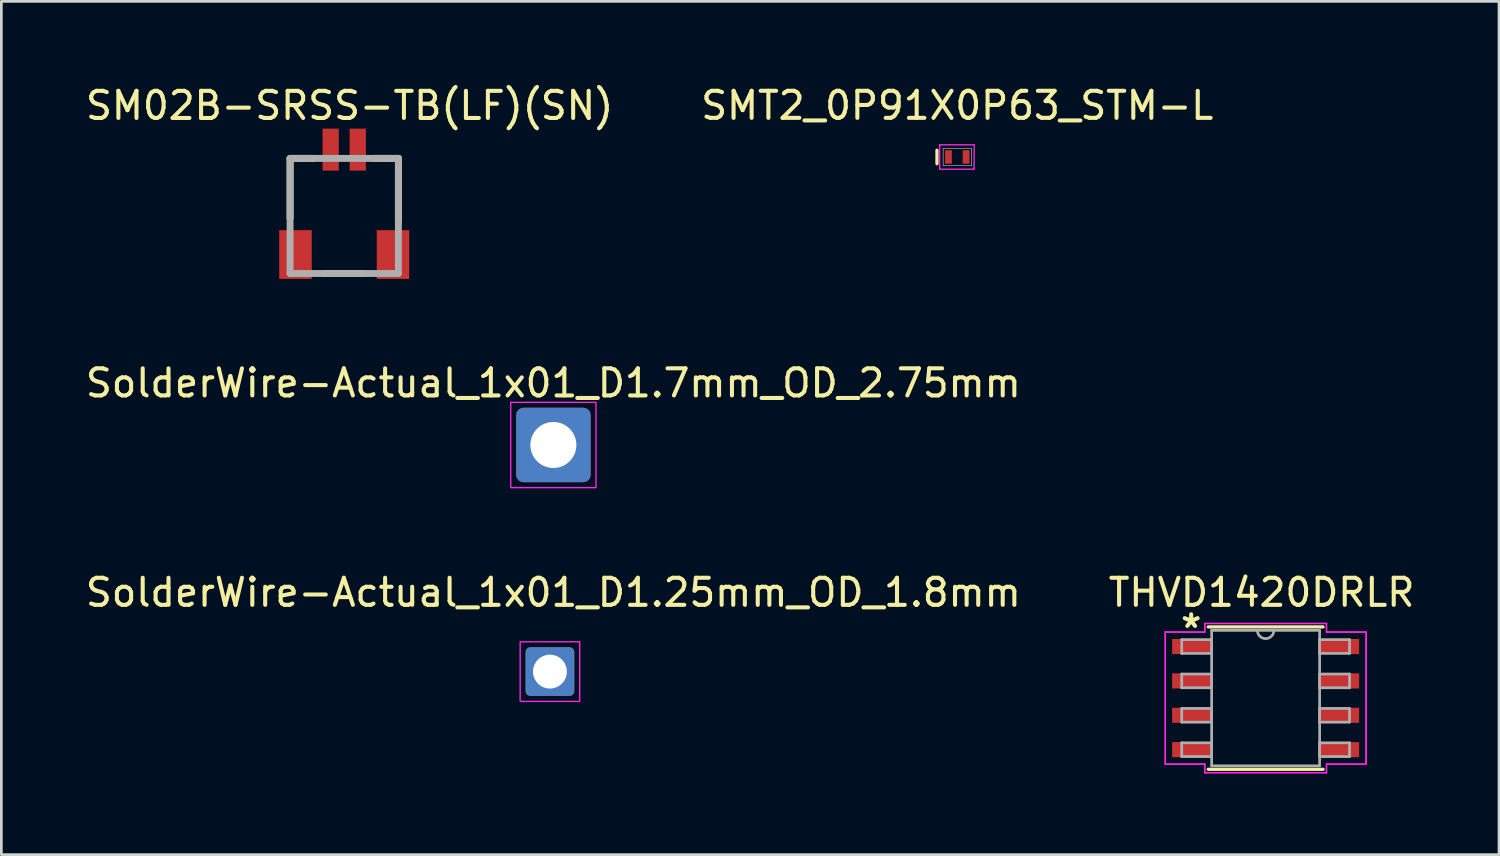
<source format=kicad_pcb>
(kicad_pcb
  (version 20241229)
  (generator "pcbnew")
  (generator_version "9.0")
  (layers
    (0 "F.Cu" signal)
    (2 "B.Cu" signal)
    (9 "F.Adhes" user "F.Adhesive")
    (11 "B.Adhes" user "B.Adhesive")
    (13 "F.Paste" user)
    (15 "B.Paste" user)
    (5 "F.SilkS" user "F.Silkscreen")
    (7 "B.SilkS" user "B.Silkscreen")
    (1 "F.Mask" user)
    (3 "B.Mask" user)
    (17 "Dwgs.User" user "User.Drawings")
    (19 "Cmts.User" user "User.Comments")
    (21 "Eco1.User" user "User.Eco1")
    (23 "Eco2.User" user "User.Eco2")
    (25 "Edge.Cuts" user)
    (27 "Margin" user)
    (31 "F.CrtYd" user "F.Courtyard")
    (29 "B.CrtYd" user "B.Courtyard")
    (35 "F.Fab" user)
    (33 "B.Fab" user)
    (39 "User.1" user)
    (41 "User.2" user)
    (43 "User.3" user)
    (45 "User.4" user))
  (footprint "SMT2_0P91X0P63_STM-L"
    (layer "F.Cu")
    (at 32.304 2.748)
    (property "Reference" "SMT2_0P91X0P63_STM-L" (at 0 -1.9 0) (unlocked yes) (layer "F.SilkS") (effects (font (size 1 1) (thickness 0.15))))
    (attr smd)
    (fp_line (start -0.75 -0.25) (end -0.75 0.25) (stroke (width 0.12) (type default)) (layer "F.SilkS"))
    (fp_line (start -0.65 -0.45) (end 0.622 -0.45) (stroke (width 0.05) (type solid)) (layer "F.CrtYd"))
    (fp_line (start -0.65 0.45) (end -0.65 -0.45) (stroke (width 0.05) (type solid)) (layer "F.CrtYd"))
    (fp_line (start 0.622 -0.45) (end 0.622 0.45) (stroke (width 0.05) (type solid)) (layer "F.CrtYd"))
    (fp_line (start 0.622 0.45) (end -0.65 0.45) (stroke (width 0.05) (type solid)) (layer "F.CrtYd"))
    (fp_line (start -0.521 -0.318) (end -0.521 0.318) (stroke (width 0.025) (type solid)) (layer "F.Fab"))
    (fp_line (start -0.521 0.318) (end 0.521 0.318) (stroke (width 0.025) (type solid)) (layer "F.Fab"))
    (fp_line (start 0.521 -0.318) (end -0.521 -0.318) (stroke (width 0.025) (type solid)) (layer "F.Fab"))
    (fp_line (start 0.521 0.318) (end 0.521 -0.318) (stroke (width 0.025) (type solid)) (layer "F.Fab"))
    (pad "1" smd rect (at -0.325 0) (size 0.25 0.5) (layers "F.Cu" "F.Mask" "F.Paste"))
    (pad "2" smd rect (at 0.325 0) (size 0.25 0.5) (layers "F.Cu" "F.Mask" "F.Paste")))
  (footprint "THVD1420DRLR"
    (layer "F.Cu")
    (at 43.692 22.732)
    (property "Reference" "THVD1420DRLR" (at -0.15 -3.9 0) (layer "F.SilkS") (effects (font (size 1 1) (thickness 0.15))))
    (attr through_hole)
    (fp_line (start -2.121 2.629) (end 2.121 2.629) (stroke (width 0.12) (type solid)) (layer "F.SilkS"))
    (fp_line (start 2.121 -2.629) (end -2.121 -2.629) (stroke (width 0.12) (type solid)) (layer "F.SilkS"))
    (fp_line (start -3.708 -2.438) (end -2.248 -2.438) (stroke (width 0.05) (type solid)) (layer "F.CrtYd"))
    (fp_line (start -3.708 -2.438) (end -2.248 -2.438) (stroke (width 0.05) (type solid)) (layer "F.CrtYd"))
    (fp_line (start -3.708 2.438) (end -3.708 -2.438) (stroke (width 0.05) (type solid)) (layer "F.CrtYd"))
    (fp_line (start -3.708 2.438) (end -3.708 -2.438) (stroke (width 0.05) (type solid)) (layer "F.CrtYd"))
    (fp_line (start -3.708 2.438) (end -2.248 2.438) (stroke (width 0.05) (type solid)) (layer "F.CrtYd"))
    (fp_line (start -2.248 -2.756) (end 2.248 -2.756) (stroke (width 0.05) (type solid)) (layer "F.CrtYd"))
    (fp_line (start -2.248 -2.756) (end 2.248 -2.756) (stroke (width 0.05) (type solid)) (layer "F.CrtYd"))
    (fp_line (start -2.248 -2.438) (end -2.248 -2.756) (stroke (width 0.05) (type solid)) (layer "F.CrtYd"))
    (fp_line (start -2.248 -2.438) (end -2.248 -2.756) (stroke (width 0.05) (type solid)) (layer "F.CrtYd"))
    (fp_line (start -2.248 2.438) (end -3.708 2.438) (stroke (width 0.05) (type solid)) (layer "F.CrtYd"))
    (fp_line (start -2.248 2.756) (end -2.248 2.438) (stroke (width 0.05) (type solid)) (layer "F.CrtYd"))
    (fp_line (start -2.248 2.756) (end -2.248 2.438) (stroke (width 0.05) (type solid)) (layer "F.CrtYd"))
    (fp_line (start 2.248 -2.756) (end 2.248 -2.438) (stroke (width 0.05) (type solid)) (layer "F.CrtYd"))
    (fp_line (start 2.248 -2.756) (end 2.248 -2.438) (stroke (width 0.05) (type solid)) (layer "F.CrtYd"))
    (fp_line (start 2.248 -2.438) (end 3.708 -2.438) (stroke (width 0.05) (type solid)) (layer "F.CrtYd"))
    (fp_line (start 2.248 2.438) (end 2.248 2.756) (stroke (width 0.05) (type solid)) (layer "F.CrtYd"))
    (fp_line (start 2.248 2.438) (end 2.248 2.756) (stroke (width 0.05) (type solid)) (layer "F.CrtYd"))
    (fp_line (start 2.248 2.756) (end -2.248 2.756) (stroke (width 0.05) (type solid)) (layer "F.CrtYd"))
    (fp_line (start 2.248 2.756) (end -2.248 2.756) (stroke (width 0.05) (type solid)) (layer "F.CrtYd"))
    (fp_line (start 3.708 -2.438) (end 2.248 -2.438) (stroke (width 0.05) (type solid)) (layer "F.CrtYd"))
    (fp_line (start 3.708 -2.438) (end 3.708 2.438) (stroke (width 0.05) (type solid)) (layer "F.CrtYd"))
    (fp_line (start 3.708 -2.438) (end 3.708 2.438) (stroke (width 0.05) (type solid)) (layer "F.CrtYd"))
    (fp_line (start 3.708 2.438) (end 2.248 2.438) (stroke (width 0.05) (type solid)) (layer "F.CrtYd"))
    (fp_line (start 3.708 2.438) (end 2.248 2.438) (stroke (width 0.05) (type solid)) (layer "F.CrtYd"))
    (fp_line (start -3.099 -2.159) (end -3.099 -1.651) (stroke (width 0.1) (type solid)) (layer "F.Fab"))
    (fp_line (start -3.099 -1.651) (end -1.994 -1.651) (stroke (width 0.1) (type solid)) (layer "F.Fab"))
    (fp_line (start -3.099 -0.889) (end -3.099 -0.381) (stroke (width 0.1) (type solid)) (layer "F.Fab"))
    (fp_line (start -3.099 -0.381) (end -1.994 -0.381) (stroke (width 0.1) (type solid)) (layer "F.Fab"))
    (fp_line (start -3.099 0.381) (end -3.099 0.889) (stroke (width 0.1) (type solid)) (layer "F.Fab"))
    (fp_line (start -3.099 0.889) (end -1.994 0.889) (stroke (width 0.1) (type solid)) (layer "F.Fab"))
    (fp_line (start -3.099 1.651) (end -3.099 2.159) (stroke (width 0.1) (type solid)) (layer "F.Fab"))
    (fp_line (start -3.099 2.159) (end -1.994 2.159) (stroke (width 0.1) (type solid)) (layer "F.Fab"))
    (fp_line (start -1.994 -2.502) (end -1.994 2.502) (stroke (width 0.1) (type solid)) (layer "F.Fab"))
    (fp_line (start -1.994 -2.159) (end -3.099 -2.159) (stroke (width 0.1) (type solid)) (layer "F.Fab"))
    (fp_line (start -1.994 -1.651) (end -1.994 -2.159) (stroke (width 0.1) (type solid)) (layer "F.Fab"))
    (fp_line (start -1.994 -0.889) (end -3.099 -0.889) (stroke (width 0.1) (type solid)) (layer "F.Fab"))
    (fp_line (start -1.994 -0.381) (end -1.994 -0.889) (stroke (width 0.1) (type solid)) (layer "F.Fab"))
    (fp_line (start -1.994 0.381) (end -3.099 0.381) (stroke (width 0.1) (type solid)) (layer "F.Fab"))
    (fp_line (start -1.994 0.889) (end -1.994 0.381) (stroke (width 0.1) (type solid)) (layer "F.Fab"))
    (fp_line (start -1.994 1.651) (end -3.099 1.651) (stroke (width 0.1) (type solid)) (layer "F.Fab"))
    (fp_line (start -1.994 2.159) (end -1.994 1.651) (stroke (width 0.1) (type solid)) (layer "F.Fab"))
    (fp_line (start -1.994 2.502) (end 1.994 2.502) (stroke (width 0.1) (type solid)) (layer "F.Fab"))
    (fp_line (start 1.994 -2.502) (end -1.994 -2.502) (stroke (width 0.1) (type solid)) (layer "F.Fab"))
    (fp_line (start 1.994 -2.159) (end 1.994 -1.651) (stroke (width 0.1) (type solid)) (layer "F.Fab"))
    (fp_line (start 1.994 -1.651) (end 3.099 -1.651) (stroke (width 0.1) (type solid)) (layer "F.Fab"))
    (fp_line (start 1.994 -0.889) (end 1.994 -0.381) (stroke (width 0.1) (type solid)) (layer "F.Fab"))
    (fp_line (start 1.994 -0.381) (end 3.099 -0.381) (stroke (width 0.1) (type solid)) (layer "F.Fab"))
    (fp_line (start 1.994 0.381) (end 1.994 0.889) (stroke (width 0.1) (type solid)) (layer "F.Fab"))
    (fp_line (start 1.994 0.889) (end 3.099 0.889) (stroke (width 0.1) (type solid)) (layer "F.Fab"))
    (fp_line (start 1.994 1.651) (end 1.994 2.159) (stroke (width 0.1) (type solid)) (layer "F.Fab"))
    (fp_line (start 1.994 2.159) (end 3.099 2.159) (stroke (width 0.1) (type solid)) (layer "F.Fab"))
    (fp_line (start 1.994 2.502) (end 1.994 -2.502) (stroke (width 0.1) (type solid)) (layer "F.Fab"))
    (fp_line (start 3.099 -2.159) (end 1.994 -2.159) (stroke (width 0.1) (type solid)) (layer "F.Fab"))
    (fp_line (start 3.099 -1.651) (end 3.099 -2.159) (stroke (width 0.1) (type solid)) (layer "F.Fab"))
    (fp_line (start 3.099 -0.889) (end 1.994 -0.889) (stroke (width 0.1) (type solid)) (layer "F.Fab"))
    (fp_line (start 3.099 -0.381) (end 3.099 -0.889) (stroke (width 0.1) (type solid)) (layer "F.Fab"))
    (fp_line (start 3.099 0.381) (end 1.994 0.381) (stroke (width 0.1) (type solid)) (layer "F.Fab"))
    (fp_line (start 3.099 0.889) (end 3.099 0.381) (stroke (width 0.1) (type solid)) (layer "F.Fab"))
    (fp_line (start 3.099 1.651) (end 1.994 1.651) (stroke (width 0.1) (type solid)) (layer "F.Fab"))
    (fp_line (start 3.099 2.159) (end 3.099 1.651) (stroke (width 0.1) (type solid)) (layer "F.Fab"))
    (fp_arc (start 0.3048 -2.5019) (mid 0 -2.1971) (end -0.3048 -2.5019) (stroke (width 0.1) (type solid)) (layer "F.Fab"))
    (fp_text user "*" (at -2.75 -2.55 0) (layer "F.SilkS") (effects (font (size 1 1) (thickness 0.15))))
    (pad "1" smd rect (at -2.724 -1.905) (size 1.46 0.559) (layers "F.Cu" "F.Mask" "F.Paste"))
    (pad "2" smd rect (at -2.724 -0.635) (size 1.46 0.559) (layers "F.Cu" "F.Mask" "F.Paste"))
    (pad "3" smd rect (at -2.724 0.635) (size 1.46 0.559) (layers "F.Cu" "F.Mask" "F.Paste"))
    (pad "4" smd rect (at -2.724 1.905) (size 1.46 0.559) (layers "F.Cu" "F.Mask" "F.Paste"))
    (pad "5" smd rect (at 2.724 1.905) (size 1.46 0.559) (layers "F.Cu" "F.Mask" "F.Paste"))
    (pad "6" smd rect (at 2.724 0.635) (size 1.46 0.559) (layers "F.Cu" "F.Mask" "F.Paste"))
    (pad "7" smd rect (at 2.724 -0.635) (size 1.46 0.559) (layers "F.Cu" "F.Mask" "F.Paste"))
    (pad "8" smd rect (at 2.724 -1.905) (size 1.46 0.559) (layers "F.Cu" "F.Mask" "F.Paste")))
  (footprint "SolderWire-Actual_1x01_D1.7mm_OD_2.75mm"
    (layer "F.Cu")
    (at 17.387 13.384)
    (property "Reference" "SolderWire-Actual_1x01_D1.7mm_OD_2.75mm" (at 0 -2.286 0) (layer "F.SilkS") (effects (font (size 1 1) (thickness 0.15))))
    (attr exclude_from_pos_files exclude_from_bom)
    (fp_rect (start -1.575 -1.575) (end 1.575 1.575) (stroke (width 0.05) (type solid)) (fill no) (layer "F.CrtYd"))
    (pad "1" thru_hole roundrect (at 0 0) (size 2.75 2.75) (drill 1.7) (layers "*.Cu" "*.Mask") (roundrect_rratio 0.098)))
  (footprint "SM02B-SRSS-TB(LF)(SN)"
    (layer "F.Cu")
    (at 9.663 4.45)
    (property "Reference" "SM02B-SRSS-TB(LF)(SN)" (at 0.2 -3.6 0) (layer "F.SilkS") (effects (font (size 1.002 1.002) (thickness 0.15))))
    (attr through_hole)
    (fp_line (start -2 -1.65) (end -2 0.563) (stroke (width 0.254) (type solid)) (layer "F.SilkS"))
    (fp_line (start -2 -1.65) (end -1.145 -1.65) (stroke (width 0.254) (type solid)) (layer "F.SilkS"))
    (fp_line (start -0.767 2.6) (end 0.722 2.6) (stroke (width 0.254) (type solid)) (layer "F.SilkS"))
    (fp_line (start 2 -1.65) (end 1.1 -1.65) (stroke (width 0.254) (type solid)) (layer "F.SilkS"))
    (fp_line (start 2 -1.65) (end 2 0.697) (stroke (width 0.254) (type solid)) (layer "F.SilkS"))
    (fp_line (start -2 -1.65) (end 2 -1.65) (stroke (width 0.254) (type solid)) (layer "F.Fab"))
    (fp_line (start -2 2.6) (end -2 -1.65) (stroke (width 0.254) (type solid)) (layer "F.Fab"))
    (fp_line (start 2 -1.65) (end 2 2.6) (stroke (width 0.254) (type solid)) (layer "F.Fab"))
    (fp_line (start 2 2.6) (end -2 2.6) (stroke (width 0.254) (type solid)) (layer "F.Fab"))
    (pad "1" smd rect (at -0.5 -1.975 90) (size 1.55 0.6) (layers "F.Cu" "F.Mask" "F.Paste"))
    (pad "2" smd rect (at 0.5 -1.975 90) (size 1.55 0.6) (layers "F.Cu" "F.Mask" "F.Paste"))
    (pad "3" smd rect (at -1.8 1.9 90) (size 1.8 1.2) (layers "F.Cu" "F.Mask" "F.Paste"))
    (pad "4" smd rect (at 1.8 1.9 90) (size 1.8 1.2) (layers "F.Cu" "F.Mask" "F.Paste")))
  (footprint "SolderWire-Actual_1x01_D1.25mm_OD_1.8mm"
    (layer "F.Cu")
    (at 17.26 21.753)
    (property "Reference" "SolderWire-Actual_1x01_D1.25mm_OD_1.8mm" (at 0.127 -2.921 0) (layer "F.SilkS") (effects (font (size 1 1) (thickness 0.15))))
    (attr exclude_from_pos_files exclude_from_bom)
    (fp_rect (start -1.1 -1.1) (end 1.1 1.1) (stroke (width 0.05) (type solid)) (fill no) (layer "F.CrtYd"))
    (pad "1" thru_hole roundrect (at 0 0) (size 1.8 1.8) (drill 1.25) (layers "*.Cu" "*.Mask") (roundrect_rratio 0.098)))
  (gr_rect
    (start -3 -3)
    (end 52.31 28.513)
    (stroke (width 0.1) (type default))
    (fill no)
    (layer "Edge.Cuts")))
</source>
